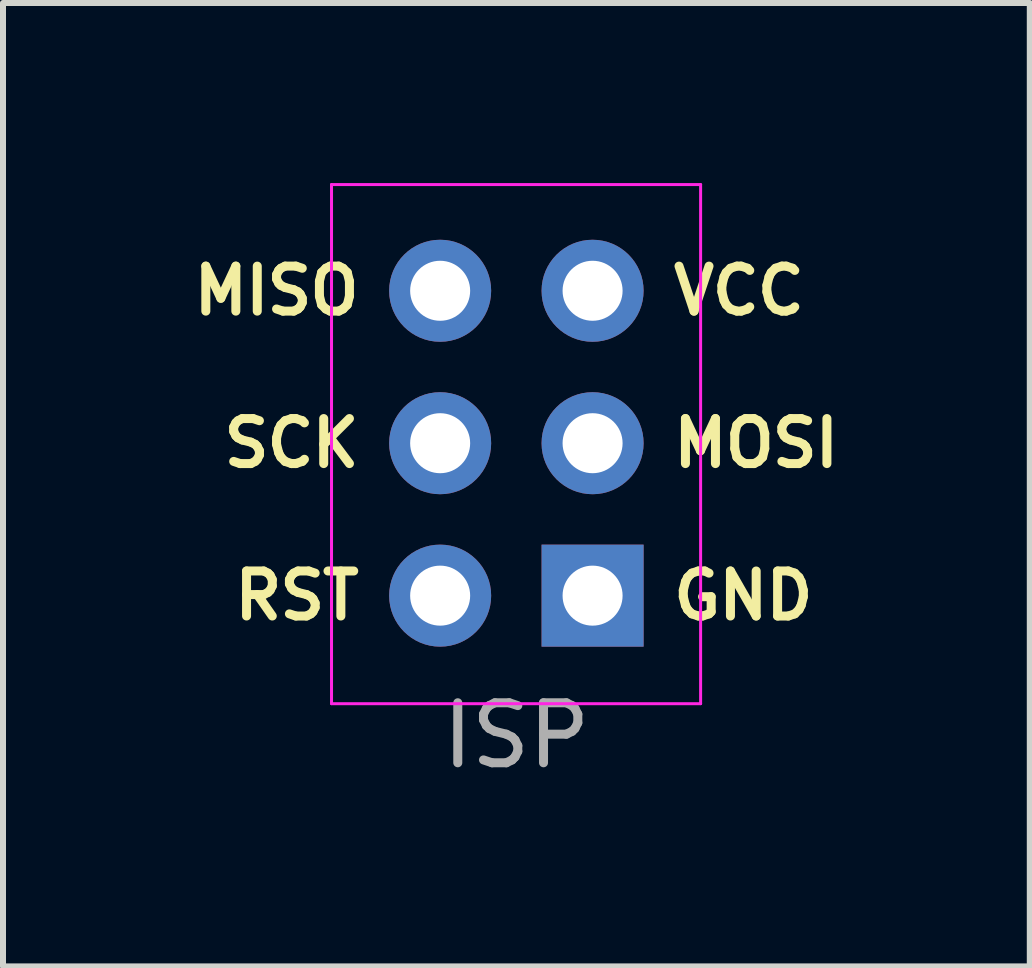
<source format=kicad_pcb>
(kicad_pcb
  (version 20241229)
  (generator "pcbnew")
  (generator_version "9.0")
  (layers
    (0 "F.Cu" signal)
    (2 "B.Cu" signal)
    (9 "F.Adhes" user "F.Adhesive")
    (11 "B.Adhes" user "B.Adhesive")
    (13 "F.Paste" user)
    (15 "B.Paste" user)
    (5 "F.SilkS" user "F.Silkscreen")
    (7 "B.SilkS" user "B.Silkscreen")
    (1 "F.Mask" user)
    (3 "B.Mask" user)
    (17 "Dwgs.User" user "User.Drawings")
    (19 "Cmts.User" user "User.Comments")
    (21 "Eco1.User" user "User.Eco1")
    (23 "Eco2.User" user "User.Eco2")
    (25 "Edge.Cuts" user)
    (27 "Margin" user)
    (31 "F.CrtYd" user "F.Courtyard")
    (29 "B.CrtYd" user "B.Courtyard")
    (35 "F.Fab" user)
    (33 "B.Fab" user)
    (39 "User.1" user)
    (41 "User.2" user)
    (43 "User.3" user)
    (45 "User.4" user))
  (footprint "ISP"
    (layer "F.Cu")
    (at 4.284 1.795)
    (property "Reference" "ISP" (at 1.27 7.41 180) (layer "F.Fab") (effects (font (size 1 1) (thickness 0.15))))
    (attr through_hole)
    (fp_line (start -1.81 -1.77) (end -1.81 6.88) (stroke (width 0.05) (type solid)) (layer "F.CrtYd"))
    (fp_line (start -1.81 6.88) (end 4.34 6.88) (stroke (width 0.05) (type solid)) (layer "F.CrtYd"))
    (fp_line (start 4.34 -1.77) (end -1.81 -1.77) (stroke (width 0.05) (type solid)) (layer "F.CrtYd"))
    (fp_line (start 4.34 6.88) (end 4.34 -1.77) (stroke (width 0.05) (type solid)) (layer "F.CrtYd"))
    (fp_text user "MISO" (at -1.27 0 0) (layer "F.SilkS") (effects (font (size 0.75 0.75) (thickness 0.15)) (justify right)))
    (fp_text user "MOSI" (at 3.81 2.54 0) (layer "F.SilkS") (effects (font (size 0.75 0.75) (thickness 0.15)) (justify left)))
    (fp_text user "RST" (at -1.27 5.08 0) (layer "F.SilkS") (effects (font (size 0.75 0.75) (thickness 0.15)) (justify right)))
    (fp_text user "VCC" (at 3.81 0 0) (layer "F.SilkS") (effects (font (size 0.75 0.75) (thickness 0.15)) (justify left)))
    (fp_text user "GND" (at 3.81 5.08 0) (layer "F.SilkS") (effects (font (size 0.75 0.75) (thickness 0.15)) (justify left)))
    (fp_text user "SCK" (at -1.27 2.54 0) (layer "F.SilkS") (effects (font (size 0.75 0.75) (thickness 0.15)) (justify right)))
    (pad "1" thru_hole oval (at 0 0 180) (size 1.7 1.7) (drill 1) (layers "*.Cu" "*.Mask"))
    (pad "2" thru_hole oval (at 2.54 0 180) (size 1.7 1.7) (drill 1) (layers "*.Cu" "*.Mask"))
    (pad "3" thru_hole oval (at 0 2.54 180) (size 1.7 1.7) (drill 1) (layers "*.Cu" "*.Mask"))
    (pad "4" thru_hole oval (at 2.54 2.54 180) (size 1.7 1.7) (drill 1) (layers "*.Cu" "*.Mask"))
    (pad "5" thru_hole oval (at 0 5.08 180) (size 1.7 1.7) (drill 1) (layers "*.Cu" "*.Mask"))
    (pad "6" thru_hole rect (at 2.54 5.08 180) (size 1.7 1.7) (drill 1) (layers "*.Cu" "*.Mask")))
  (gr_rect
    (start -3 -3)
    (end 14.109 13.053)
    (stroke (width 0.1) (type default))
    (fill no)
    (layer "Edge.Cuts")))
</source>
